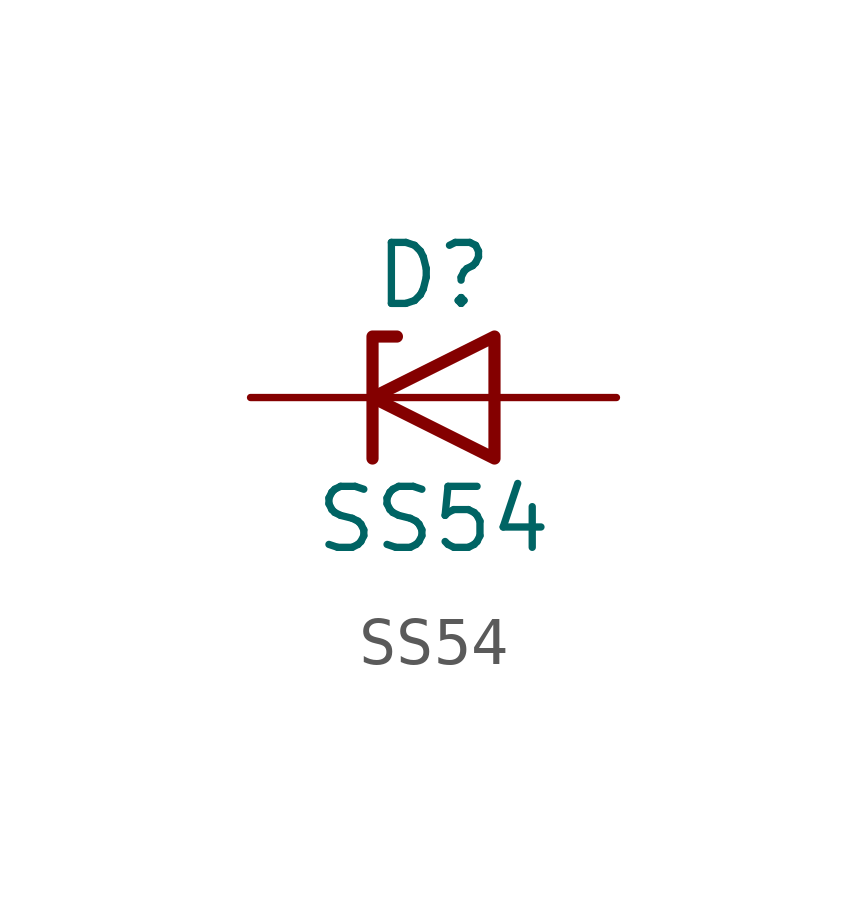
<source format=kicad_sym>
(kicad_symbol_lib
  (version 20211014)
  (generator kicad_symbol_editor)
  (symbol "SS54"
    (pin_numbers hide)
    (pin_names
      (offset 1.016) hide)
    (property "Reference" "D"
      (at 0 2.54 0)
      (effects (font (size 1.27 1.27))))
    (property "Value" "SS54"
      (at 0 -2.54 0)
      (effects (font (size 1.27 1.27))))
    (symbol "SS54_0_1"
      (polyline (pts (xy 1.27 0) (xy -1.27 0)) (stroke (width 0) (type default) (color 0 0 0 0)) (fill (type none)))
      (polyline (pts (xy -1.27 -1.27) (xy -1.27 1.27) (xy -0.762 1.27)) (stroke (width 0.254) (type default) (color 0 0 0 0)) (fill (type none)))
      (polyline (pts (xy 1.27 -1.27) (xy 1.27 1.27) (xy -1.27 0) (xy 1.27 -1.27)) (stroke (width 0.254) (type default) (color 0 0 0 0)) (fill (type none))))
    (symbol "SS54_1_1"
      (pin passive line (at -3.81 0 0) (length 2.54) (name "K" (effects (font (size 1.27 1.27)))) (number "1" (effects (font (size 1.27 1.27)))))
      (pin passive line (at 3.81 0 180) (length 2.54) (name "A" (effects (font (size 1.27 1.27)))) (number "2" (effects (font (size 1.27 1.27))))))))
</source>
